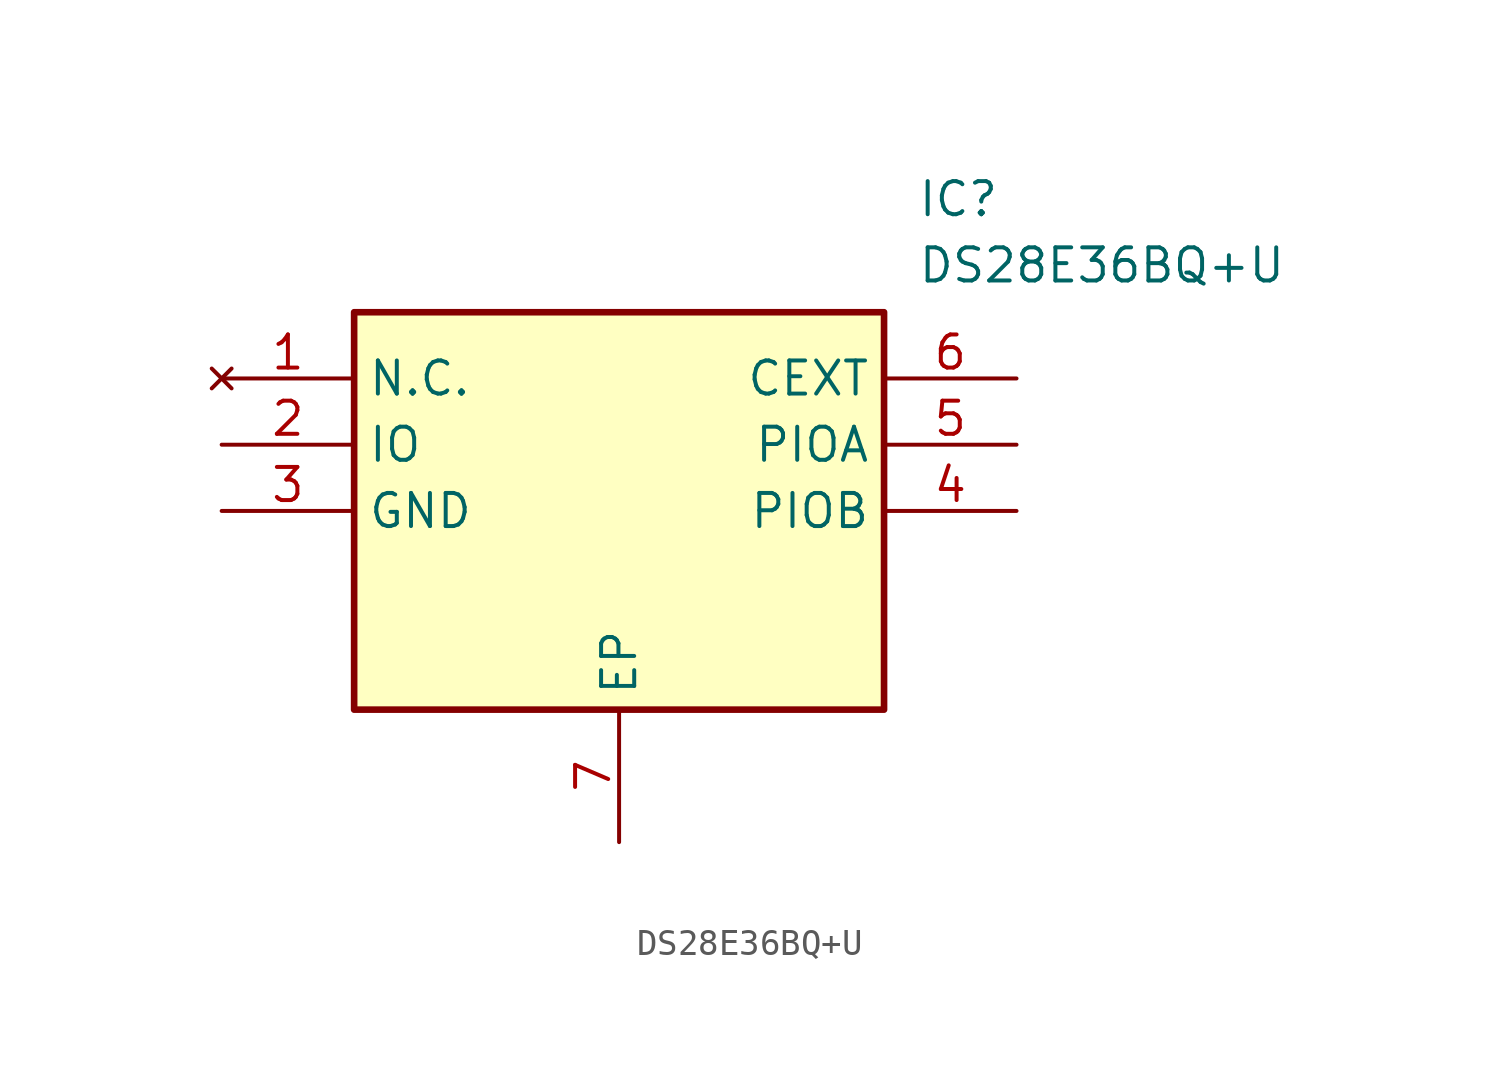
<source format=kicad_sym>
(kicad_symbol_lib
  (version 20211014)
  (generator SamacSys_ECAD_Model)
  (symbol "DS28E36BQ+U"
    (property "Reference" "IC"
      (at 26.67 7.62 0)
      (effects (font (size 1.27 1.27)) (justify left top)))
    (property "Value" "DS28E36BQ+U"
      (at 26.67 5.08 0)
      (effects (font (size 1.27 1.27)) (justify left top)))
    (rectangle
      (start 5.08 2.54)
      (end 25.4 -12.7)
      (stroke (width 0.254) (type default))
      (fill (type background)))
    (pin no_connect line
      (at 0 0 0)
      (length 5.08)
      (name "N.C." (effects (font (size 1.27 1.27))))
      (number "1" (effects (font (size 1.27 1.27)))))
    (pin passive line
      (at 0 -2.54 0)
      (length 5.08)
      (name "IO" (effects (font (size 1.27 1.27))))
      (number "2" (effects (font (size 1.27 1.27)))))
    (pin passive line
      (at 0 -5.08 0)
      (length 5.08)
      (name "GND" (effects (font (size 1.27 1.27))))
      (number "3" (effects (font (size 1.27 1.27)))))
    (pin passive line
      (at 15.24 -17.78 90)
      (length 5.08)
      (name "EP" (effects (font (size 1.27 1.27))))
      (number "7" (effects (font (size 1.27 1.27)))))
    (pin passive line
      (at 30.48 0 180)
      (length 5.08)
      (name "CEXT" (effects (font (size 1.27 1.27))))
      (number "6" (effects (font (size 1.27 1.27)))))
    (pin passive line
      (at 30.48 -2.54 180)
      (length 5.08)
      (name "PIOA" (effects (font (size 1.27 1.27))))
      (number "5" (effects (font (size 1.27 1.27)))))
    (pin passive line
      (at 30.48 -5.08 180)
      (length 5.08)
      (name "PIOB" (effects (font (size 1.27 1.27))))
      (number "4" (effects (font (size 1.27 1.27)))))))
</source>
